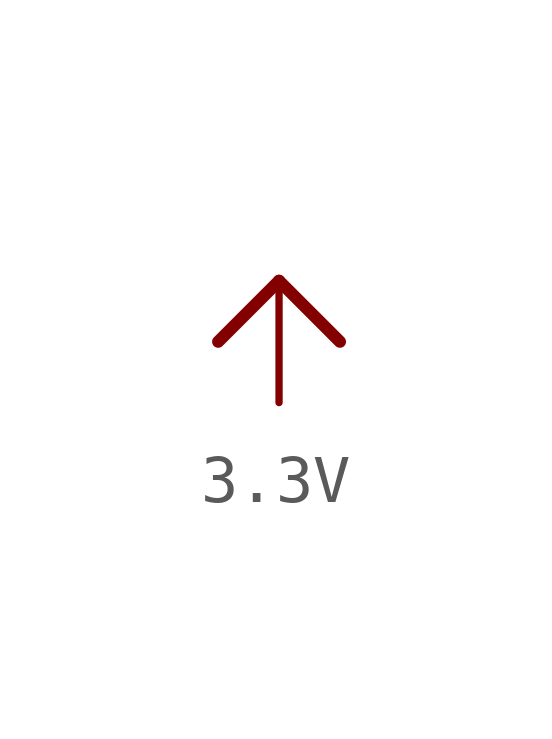
<source format=kicad_sym>
(kicad_symbol_lib
  (version 20231120)
  (generator "kicad_symbol_editor")
  (generator_version "8.0")
  (symbol "3.3V"
    (power)
    (property "Reference" "#VDD_3V"
      (at 0 0 0)
      (effects (font (size 1.27 1.27)) (hide yes)))
    (property "Value" ""
      (at -1.524 1.016 0)
      (effects (font (size 1.27 1.079)) (justify left bottom)))
    (property "ki_locked" ""
      (at 0 0 0)
      (effects (font (size 1.27 1.27))))
    (symbol "3.3V_1_0"
      (polyline (pts (xy -1.27 -1.27) (xy 0 0)) (stroke (width 0.254) (type solid)) (fill (type none)))
      (polyline (pts (xy 0 0) (xy 1.27 -1.27)) (stroke (width 0.254) (type solid)) (fill (type none)))
      (pin power_in line (at 0 -2.54 90) (length 2.54) (name "3.3V" (effects (font (size 0 0)))) (number "1" (effects (font (size 0 0))))))))
</source>
